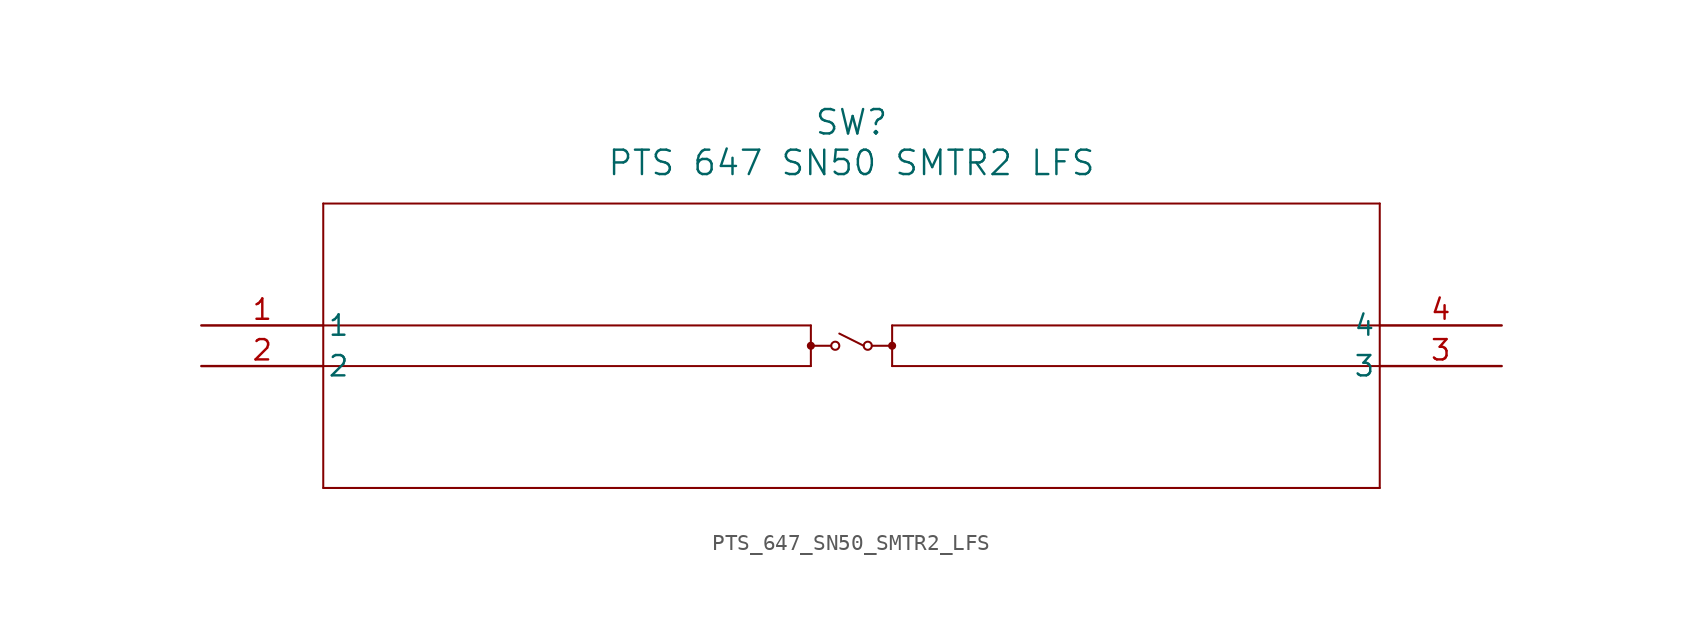
<source format=kicad_sym>
(kicad_symbol_lib
  (version 20211014)
  (generator kicad_symbol_editor)
  (symbol "PTS_647_SN50_SMTR2_LFS"
    (pin_names
      (offset 0.254))
    (property "Reference" "SW"
      (at 40.64 12.7 0)
      (effects (font (size 1.524 1.524))))
    (property "Value" "PTS 647 SN50 SMTR2 LFS"
      (at 40.64 10.16 0)
      (effects (font (size 1.524 1.524))))
    (symbol "PTS_647_SN50_SMTR2_LFS_0_1"
      (polyline (pts (xy 7.62 7.62) (xy 7.62 -10.16)) (stroke (width 0.127) (type default) (color 0 0 0 0)) (fill (type none)))
      (polyline (pts (xy 7.62 -10.16) (xy 73.66 -10.16)) (stroke (width 0.127) (type default) (color 0 0 0 0)) (fill (type none)))
      (polyline (pts (xy 73.66 -10.16) (xy 73.66 7.62)) (stroke (width 0.127) (type default) (color 0 0 0 0)) (fill (type none)))
      (polyline (pts (xy 73.66 7.62) (xy 7.62 7.62)) (stroke (width 0.127) (type default) (color 0 0 0 0)) (fill (type none)))
      (polyline (pts (xy 7.62 0) (xy 38.1 0)) (stroke (width 0.127) (type default) (color 0 0 0 0)) (fill (type none)))
      (polyline (pts (xy 38.1 0) (xy 38.1 -2.54)) (stroke (width 0.127) (type default) (color 0 0 0 0)) (fill (type none)))
      (polyline (pts (xy 38.1 -2.54) (xy 7.62 -2.54)) (stroke (width 0.127) (type default) (color 0 0 0 0)) (fill (type none)))
      (polyline (pts (xy 43.18 0) (xy 43.18 -2.54)) (stroke (width 0.127) (type default) (color 0 0 0 0)) (fill (type none)))
      (polyline (pts (xy 43.18 -2.54) (xy 73.66 -2.54)) (stroke (width 0.127) (type default) (color 0 0 0 0)) (fill (type none)))
      (polyline (pts (xy 73.66 0) (xy 43.18 0)) (stroke (width 0.127) (type default) (color 0 0 0 0)) (fill (type none)))
      (polyline (pts (xy 38.1 -1.27) (xy 39.37 -1.27)) (stroke (width 0.127) (type default) (color 0 0 0 0)) (fill (type none)))
      (polyline (pts (xy 43.18 -1.27) (xy 41.91 -1.27)) (stroke (width 0.127) (type default) (color 0 0 0 0)) (fill (type none)))
      (circle (center 39.624 -1.27) (radius 0.254) (stroke (width 0.127) (type default) (color 0 0 0 0)) (fill (type none)))
      (circle (center 41.656 -1.27) (radius 0.254) (stroke (width 0.127) (type default) (color 0 0 0 0)) (fill (type none)))
      (polyline (pts (xy 39.878 -0.508) (xy 41.402 -1.27)) (stroke (width 0.127) (type default) (color 0 0 0 0)) (fill (type none)))
      (circle (center 38.1 -1.27) (radius 0.127) (stroke (width 0.254) (type default) (color 0 0 0 0)) (fill (type none)))
      (circle (center 43.18 -1.27) (radius 0.127) (stroke (width 0.254) (type default) (color 0 0 0 0)) (fill (type none)))
      (pin unspecified line (at 0 0 0) (length 7.62) (name "1" (effects (font (size 1.27 1.27)))) (number "1" (effects (font (size 1.27 1.27)))))
      (pin unspecified line (at 0 -2.54 0) (length 7.62) (name "2" (effects (font (size 1.27 1.27)))) (number "2" (effects (font (size 1.27 1.27)))))
      (pin unspecified line (at 81.28 -2.54 180) (length 7.62) (name "3" (effects (font (size 1.27 1.27)))) (number "3" (effects (font (size 1.27 1.27)))))
      (pin unspecified line (at 81.28 0 180) (length 7.62) (name "4" (effects (font (size 1.27 1.27)))) (number "4" (effects (font (size 1.27 1.27))))))))
</source>
